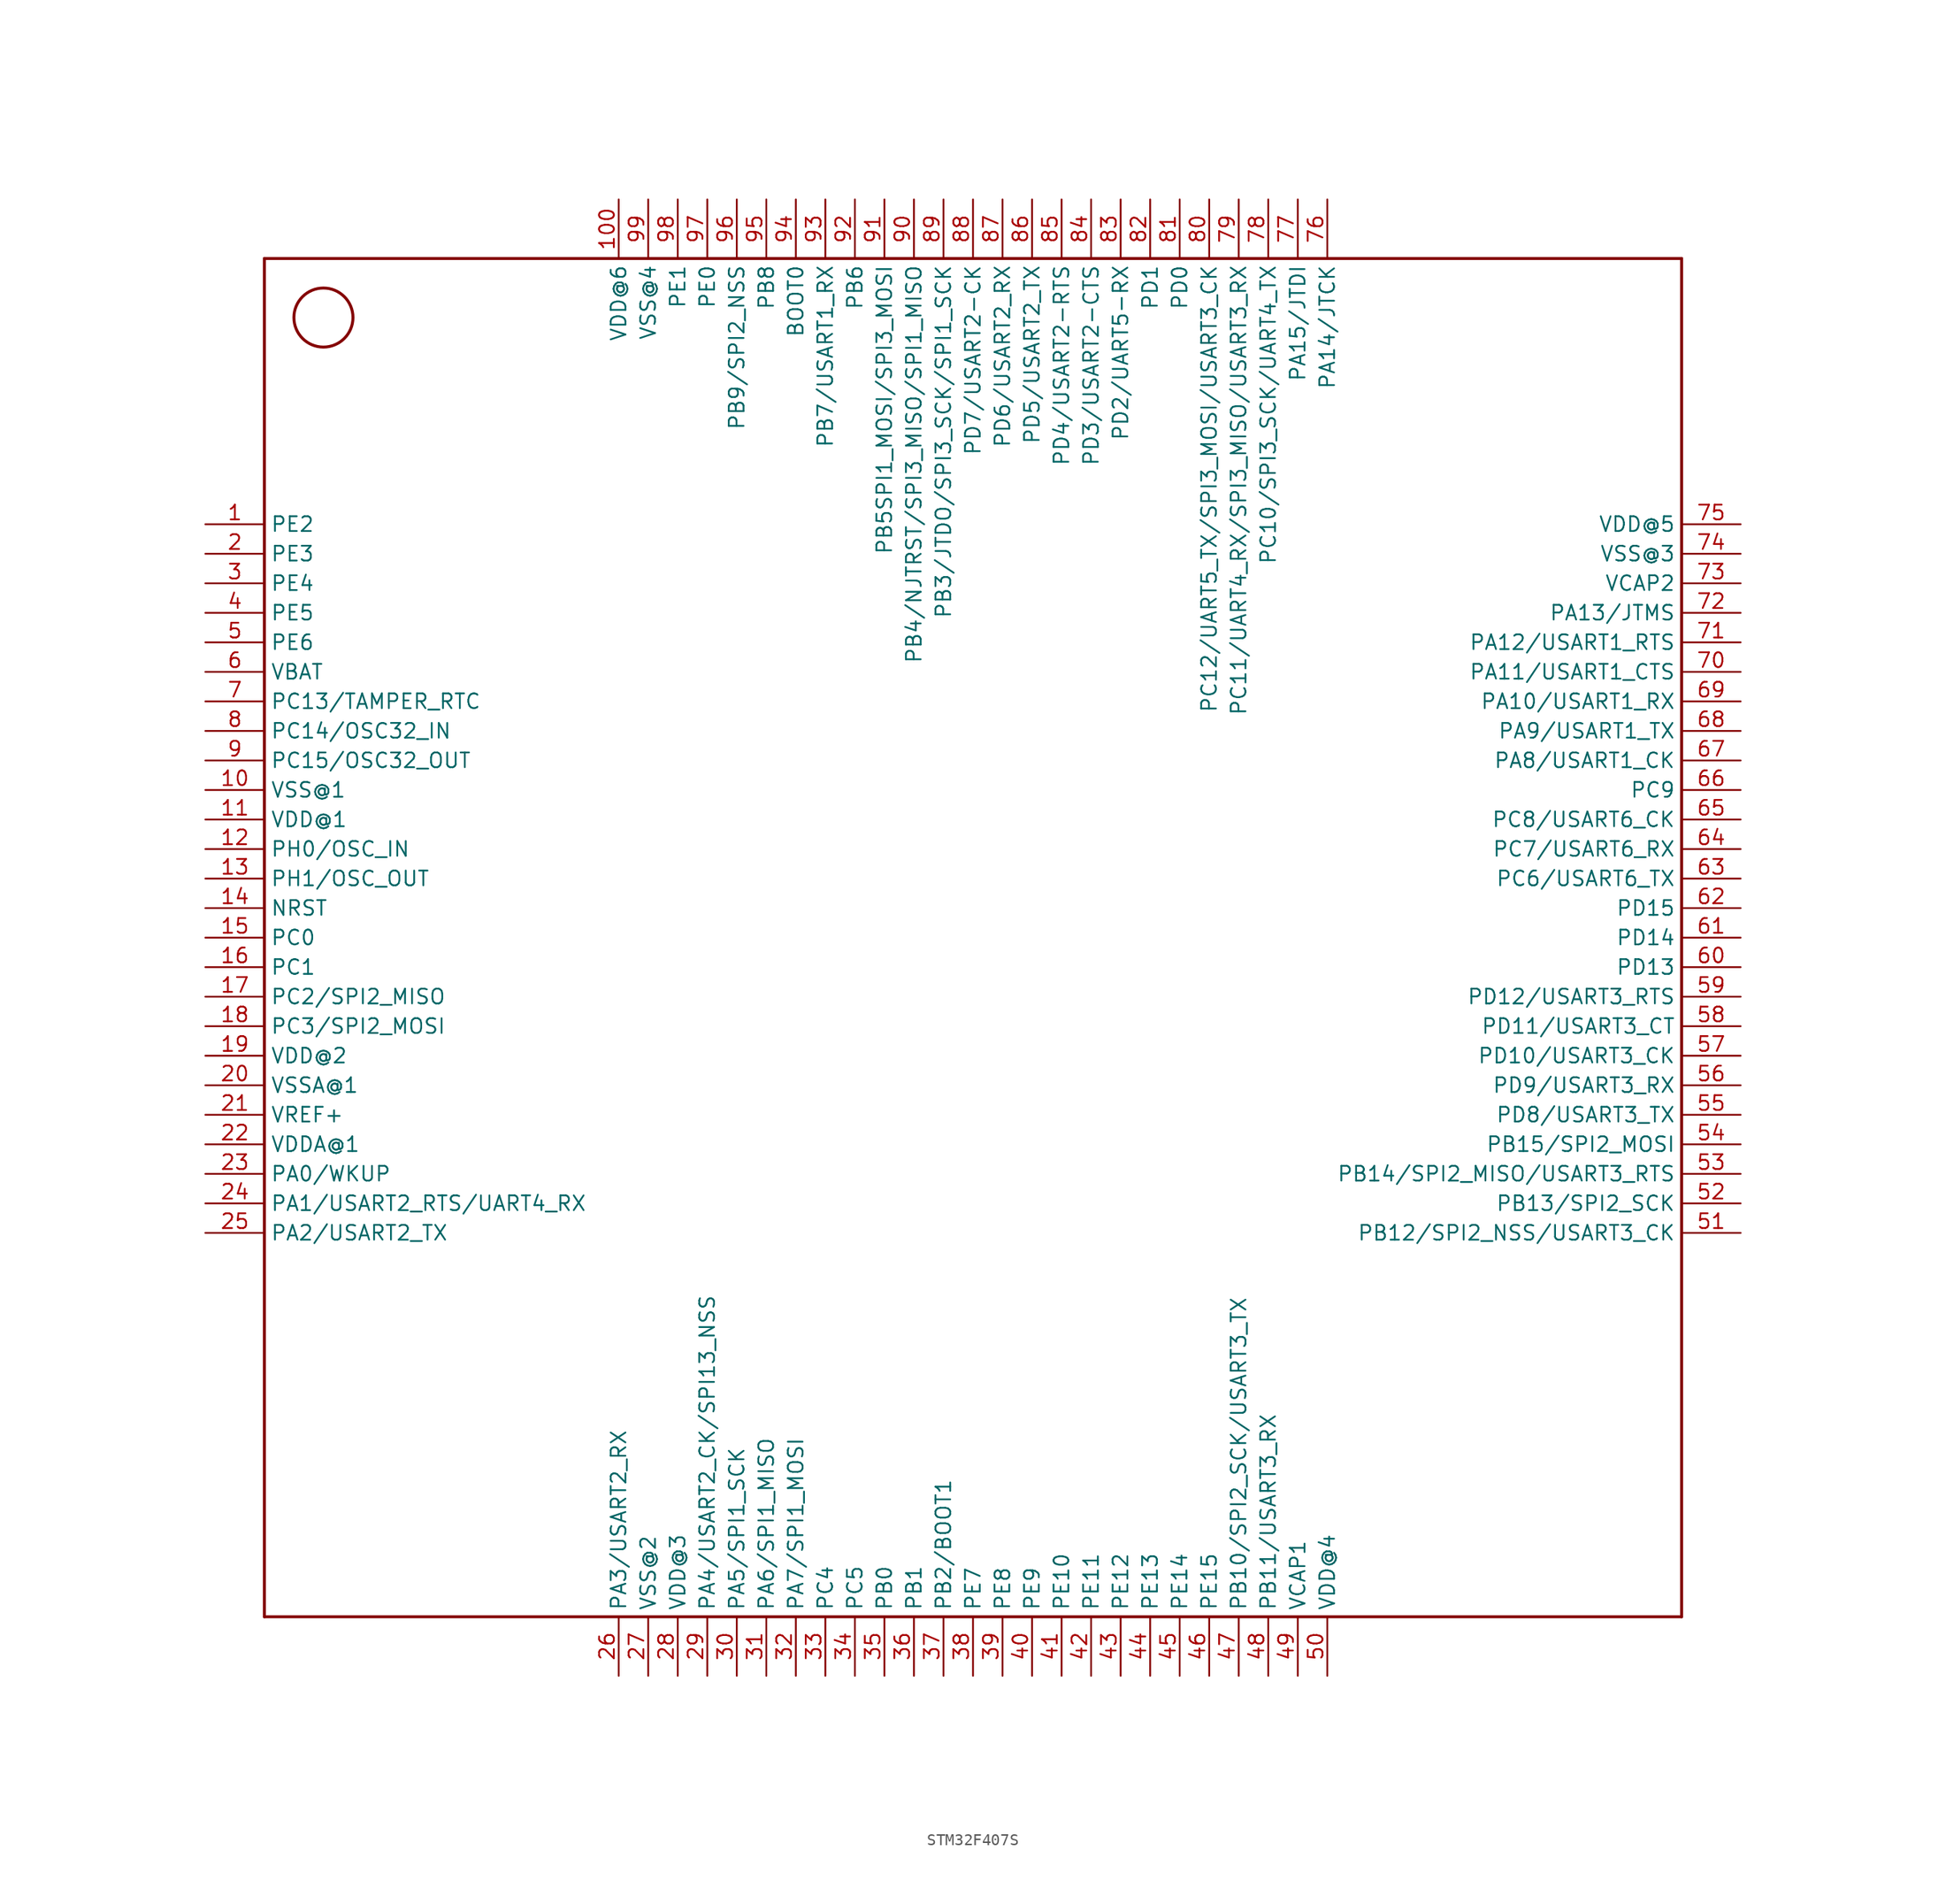
<source format=kicad_sym>
(kicad_symbol_lib
  (version 20211014)
  (generator kicad_symbol_editor)
  (symbol "STM32F407S"
    (property "Reference" "U"
      (at 0 0 0)
      (effects (font (size 1.27 1.27)) hide))
    (property "ki_locked" ""
      (at 0 0 0)
      (effects (font (size 1.27 1.27))))
    (symbol "STM32F407S_1_0"
      (circle (center -55.88 45.72) (radius 2.54) (stroke (width 0.254) (type default) (color 0 0 0 0)) (fill (type none)))
      (polyline (pts (xy -60.96 -66.04) (xy 60.96 -66.04)) (stroke (width 0.254) (type default) (color 0 0 0 0)) (fill (type none)))
      (polyline (pts (xy -60.96 50.8) (xy -60.96 -66.04)) (stroke (width 0.254) (type default) (color 0 0 0 0)) (fill (type none)))
      (polyline (pts (xy 60.96 -66.04) (xy 60.96 50.8)) (stroke (width 0.254) (type default) (color 0 0 0 0)) (fill (type none)))
      (polyline (pts (xy 60.96 50.8) (xy -60.96 50.8)) (stroke (width 0.254) (type default) (color 0 0 0 0)) (fill (type none)))
      (pin bidirectional line (at -66.04 27.94 0) (length 5.08) (name "PE2" (effects (font (size 1.27 1.27)))) (number "1" (effects (font (size 1.27 1.27)))))
      (pin bidirectional line (at -66.04 5.08 0) (length 5.08) (name "VSS@1" (effects (font (size 1.27 1.27)))) (number "10" (effects (font (size 1.27 1.27)))))
      (pin bidirectional line (at -30.48 55.88 270) (length 5.08) (name "VDD@6" (effects (font (size 1.27 1.27)))) (number "100" (effects (font (size 1.27 1.27)))))
      (pin bidirectional line (at -66.04 2.54 0) (length 5.08) (name "VDD@1" (effects (font (size 1.27 1.27)))) (number "11" (effects (font (size 1.27 1.27)))))
      (pin bidirectional line (at -66.04 0 0) (length 5.08) (name "PH0/OSC_IN" (effects (font (size 1.27 1.27)))) (number "12" (effects (font (size 1.27 1.27)))))
      (pin bidirectional line (at -66.04 -2.54 0) (length 5.08) (name "PH1/OSC_OUT" (effects (font (size 1.27 1.27)))) (number "13" (effects (font (size 1.27 1.27)))))
      (pin bidirectional line (at -66.04 -5.08 0) (length 5.08) (name "NRST" (effects (font (size 1.27 1.27)))) (number "14" (effects (font (size 1.27 1.27)))))
      (pin bidirectional line (at -66.04 -7.62 0) (length 5.08) (name "PC0" (effects (font (size 1.27 1.27)))) (number "15" (effects (font (size 1.27 1.27)))))
      (pin bidirectional line (at -66.04 -10.16 0) (length 5.08) (name "PC1" (effects (font (size 1.27 1.27)))) (number "16" (effects (font (size 1.27 1.27)))))
      (pin bidirectional line (at -66.04 -12.7 0) (length 5.08) (name "PC2/SPI2_MISO" (effects (font (size 1.27 1.27)))) (number "17" (effects (font (size 1.27 1.27)))))
      (pin bidirectional line (at -66.04 -15.24 0) (length 5.08) (name "PC3/SPI2_MOSI" (effects (font (size 1.27 1.27)))) (number "18" (effects (font (size 1.27 1.27)))))
      (pin bidirectional line (at -66.04 -17.78 0) (length 5.08) (name "VDD@2" (effects (font (size 1.27 1.27)))) (number "19" (effects (font (size 1.27 1.27)))))
      (pin bidirectional line (at -66.04 25.4 0) (length 5.08) (name "PE3" (effects (font (size 1.27 1.27)))) (number "2" (effects (font (size 1.27 1.27)))))
      (pin bidirectional line (at -66.04 -20.32 0) (length 5.08) (name "VSSA@1" (effects (font (size 1.27 1.27)))) (number "20" (effects (font (size 1.27 1.27)))))
      (pin bidirectional line (at -66.04 -22.86 0) (length 5.08) (name "VREF+" (effects (font (size 1.27 1.27)))) (number "21" (effects (font (size 1.27 1.27)))))
      (pin bidirectional line (at -66.04 -25.4 0) (length 5.08) (name "VDDA@1" (effects (font (size 1.27 1.27)))) (number "22" (effects (font (size 1.27 1.27)))))
      (pin bidirectional line (at -66.04 -27.94 0) (length 5.08) (name "PA0/WKUP" (effects (font (size 1.27 1.27)))) (number "23" (effects (font (size 1.27 1.27)))))
      (pin bidirectional line (at -66.04 -30.48 0) (length 5.08) (name "PA1/USART2_RTS/UART4_RX" (effects (font (size 1.27 1.27)))) (number "24" (effects (font (size 1.27 1.27)))))
      (pin bidirectional line (at -66.04 -33.02 0) (length 5.08) (name "PA2/USART2_TX" (effects (font (size 1.27 1.27)))) (number "25" (effects (font (size 1.27 1.27)))))
      (pin bidirectional line (at -30.48 -71.12 90) (length 5.08) (name "PA3/USART2_RX" (effects (font (size 1.27 1.27)))) (number "26" (effects (font (size 1.27 1.27)))))
      (pin bidirectional line (at -27.94 -71.12 90) (length 5.08) (name "VSS@2" (effects (font (size 1.27 1.27)))) (number "27" (effects (font (size 1.27 1.27)))))
      (pin bidirectional line (at -25.4 -71.12 90) (length 5.08) (name "VDD@3" (effects (font (size 1.27 1.27)))) (number "28" (effects (font (size 1.27 1.27)))))
      (pin bidirectional line (at -22.86 -71.12 90) (length 5.08) (name "PA4/USART2_CK/SPI13_NSS" (effects (font (size 1.27 1.27)))) (number "29" (effects (font (size 1.27 1.27)))))
      (pin bidirectional line (at -66.04 22.86 0) (length 5.08) (name "PE4" (effects (font (size 1.27 1.27)))) (number "3" (effects (font (size 1.27 1.27)))))
      (pin bidirectional line (at -20.32 -71.12 90) (length 5.08) (name "PA5/SPI1_SCK" (effects (font (size 1.27 1.27)))) (number "30" (effects (font (size 1.27 1.27)))))
      (pin bidirectional line (at -17.78 -71.12 90) (length 5.08) (name "PA6/SPI1_MISO" (effects (font (size 1.27 1.27)))) (number "31" (effects (font (size 1.27 1.27)))))
      (pin bidirectional line (at -15.24 -71.12 90) (length 5.08) (name "PA7/SPI1_MOSI" (effects (font (size 1.27 1.27)))) (number "32" (effects (font (size 1.27 1.27)))))
      (pin bidirectional line (at -12.7 -71.12 90) (length 5.08) (name "PC4" (effects (font (size 1.27 1.27)))) (number "33" (effects (font (size 1.27 1.27)))))
      (pin bidirectional line (at -10.16 -71.12 90) (length 5.08) (name "PC5" (effects (font (size 1.27 1.27)))) (number "34" (effects (font (size 1.27 1.27)))))
      (pin bidirectional line (at -7.62 -71.12 90) (length 5.08) (name "PB0" (effects (font (size 1.27 1.27)))) (number "35" (effects (font (size 1.27 1.27)))))
      (pin bidirectional line (at -5.08 -71.12 90) (length 5.08) (name "PB1" (effects (font (size 1.27 1.27)))) (number "36" (effects (font (size 1.27 1.27)))))
      (pin bidirectional line (at -2.54 -71.12 90) (length 5.08) (name "PB2/BOOT1" (effects (font (size 1.27 1.27)))) (number "37" (effects (font (size 1.27 1.27)))))
      (pin bidirectional line (at 0 -71.12 90) (length 5.08) (name "PE7" (effects (font (size 1.27 1.27)))) (number "38" (effects (font (size 1.27 1.27)))))
      (pin bidirectional line (at 2.54 -71.12 90) (length 5.08) (name "PE8" (effects (font (size 1.27 1.27)))) (number "39" (effects (font (size 1.27 1.27)))))
      (pin bidirectional line (at -66.04 20.32 0) (length 5.08) (name "PE5" (effects (font (size 1.27 1.27)))) (number "4" (effects (font (size 1.27 1.27)))))
      (pin bidirectional line (at 5.08 -71.12 90) (length 5.08) (name "PE9" (effects (font (size 1.27 1.27)))) (number "40" (effects (font (size 1.27 1.27)))))
      (pin bidirectional line (at 7.62 -71.12 90) (length 5.08) (name "PE10" (effects (font (size 1.27 1.27)))) (number "41" (effects (font (size 1.27 1.27)))))
      (pin bidirectional line (at 10.16 -71.12 90) (length 5.08) (name "PE11" (effects (font (size 1.27 1.27)))) (number "42" (effects (font (size 1.27 1.27)))))
      (pin bidirectional line (at 12.7 -71.12 90) (length 5.08) (name "PE12" (effects (font (size 1.27 1.27)))) (number "43" (effects (font (size 1.27 1.27)))))
      (pin bidirectional line (at 15.24 -71.12 90) (length 5.08) (name "PE13" (effects (font (size 1.27 1.27)))) (number "44" (effects (font (size 1.27 1.27)))))
      (pin bidirectional line (at 17.78 -71.12 90) (length 5.08) (name "PE14" (effects (font (size 1.27 1.27)))) (number "45" (effects (font (size 1.27 1.27)))))
      (pin bidirectional line (at 20.32 -71.12 90) (length 5.08) (name "PE15" (effects (font (size 1.27 1.27)))) (number "46" (effects (font (size 1.27 1.27)))))
      (pin bidirectional line (at 22.86 -71.12 90) (length 5.08) (name "PB10/SPI2_SCK/USART3_TX" (effects (font (size 1.27 1.27)))) (number "47" (effects (font (size 1.27 1.27)))))
      (pin bidirectional line (at 25.4 -71.12 90) (length 5.08) (name "PB11/USART3_RX" (effects (font (size 1.27 1.27)))) (number "48" (effects (font (size 1.27 1.27)))))
      (pin bidirectional line (at 27.94 -71.12 90) (length 5.08) (name "VCAP1" (effects (font (size 1.27 1.27)))) (number "49" (effects (font (size 1.27 1.27)))))
      (pin bidirectional line (at -66.04 17.78 0) (length 5.08) (name "PE6" (effects (font (size 1.27 1.27)))) (number "5" (effects (font (size 1.27 1.27)))))
      (pin bidirectional line (at 30.48 -71.12 90) (length 5.08) (name "VDD@4" (effects (font (size 1.27 1.27)))) (number "50" (effects (font (size 1.27 1.27)))))
      (pin bidirectional line (at 66.04 -33.02 180) (length 5.08) (name "PB12/SPI2_NSS/USART3_CK" (effects (font (size 1.27 1.27)))) (number "51" (effects (font (size 1.27 1.27)))))
      (pin bidirectional line (at 66.04 -30.48 180) (length 5.08) (name "PB13/SPI2_SCK" (effects (font (size 1.27 1.27)))) (number "52" (effects (font (size 1.27 1.27)))))
      (pin bidirectional line (at 66.04 -27.94 180) (length 5.08) (name "PB14/SPI2_MISO/USART3_RTS" (effects (font (size 1.27 1.27)))) (number "53" (effects (font (size 1.27 1.27)))))
      (pin bidirectional line (at 66.04 -25.4 180) (length 5.08) (name "PB15/SPI2_MOSI" (effects (font (size 1.27 1.27)))) (number "54" (effects (font (size 1.27 1.27)))))
      (pin bidirectional line (at 66.04 -22.86 180) (length 5.08) (name "PD8/USART3_TX" (effects (font (size 1.27 1.27)))) (number "55" (effects (font (size 1.27 1.27)))))
      (pin bidirectional line (at 66.04 -20.32 180) (length 5.08) (name "PD9/USART3_RX" (effects (font (size 1.27 1.27)))) (number "56" (effects (font (size 1.27 1.27)))))
      (pin bidirectional line (at 66.04 -17.78 180) (length 5.08) (name "PD10/USART3_CK" (effects (font (size 1.27 1.27)))) (number "57" (effects (font (size 1.27 1.27)))))
      (pin bidirectional line (at 66.04 -15.24 180) (length 5.08) (name "PD11/USART3_CT" (effects (font (size 1.27 1.27)))) (number "58" (effects (font (size 1.27 1.27)))))
      (pin bidirectional line (at 66.04 -12.7 180) (length 5.08) (name "PD12/USART3_RTS" (effects (font (size 1.27 1.27)))) (number "59" (effects (font (size 1.27 1.27)))))
      (pin bidirectional line (at -66.04 15.24 0) (length 5.08) (name "VBAT" (effects (font (size 1.27 1.27)))) (number "6" (effects (font (size 1.27 1.27)))))
      (pin bidirectional line (at 66.04 -10.16 180) (length 5.08) (name "PD13" (effects (font (size 1.27 1.27)))) (number "60" (effects (font (size 1.27 1.27)))))
      (pin bidirectional line (at 66.04 -7.62 180) (length 5.08) (name "PD14" (effects (font (size 1.27 1.27)))) (number "61" (effects (font (size 1.27 1.27)))))
      (pin bidirectional line (at 66.04 -5.08 180) (length 5.08) (name "PD15" (effects (font (size 1.27 1.27)))) (number "62" (effects (font (size 1.27 1.27)))))
      (pin bidirectional line (at 66.04 -2.54 180) (length 5.08) (name "PC6/USART6_TX" (effects (font (size 1.27 1.27)))) (number "63" (effects (font (size 1.27 1.27)))))
      (pin bidirectional line (at 66.04 0 180) (length 5.08) (name "PC7/USART6_RX" (effects (font (size 1.27 1.27)))) (number "64" (effects (font (size 1.27 1.27)))))
      (pin bidirectional line (at 66.04 2.54 180) (length 5.08) (name "PC8/USART6_CK" (effects (font (size 1.27 1.27)))) (number "65" (effects (font (size 1.27 1.27)))))
      (pin bidirectional line (at 66.04 5.08 180) (length 5.08) (name "PC9" (effects (font (size 1.27 1.27)))) (number "66" (effects (font (size 1.27 1.27)))))
      (pin bidirectional line (at 66.04 7.62 180) (length 5.08) (name "PA8/USART1_CK" (effects (font (size 1.27 1.27)))) (number "67" (effects (font (size 1.27 1.27)))))
      (pin bidirectional line (at 66.04 10.16 180) (length 5.08) (name "PA9/USART1_TX" (effects (font (size 1.27 1.27)))) (number "68" (effects (font (size 1.27 1.27)))))
      (pin bidirectional line (at 66.04 12.7 180) (length 5.08) (name "PA10/USART1_RX" (effects (font (size 1.27 1.27)))) (number "69" (effects (font (size 1.27 1.27)))))
      (pin bidirectional line (at -66.04 12.7 0) (length 5.08) (name "PC13/TAMPER_RTC" (effects (font (size 1.27 1.27)))) (number "7" (effects (font (size 1.27 1.27)))))
      (pin bidirectional line (at 66.04 15.24 180) (length 5.08) (name "PA11/USART1_CTS" (effects (font (size 1.27 1.27)))) (number "70" (effects (font (size 1.27 1.27)))))
      (pin bidirectional line (at 66.04 17.78 180) (length 5.08) (name "PA12/USART1_RTS" (effects (font (size 1.27 1.27)))) (number "71" (effects (font (size 1.27 1.27)))))
      (pin bidirectional line (at 66.04 20.32 180) (length 5.08) (name "PA13/JTMS" (effects (font (size 1.27 1.27)))) (number "72" (effects (font (size 1.27 1.27)))))
      (pin bidirectional line (at 66.04 22.86 180) (length 5.08) (name "VCAP2" (effects (font (size 1.27 1.27)))) (number "73" (effects (font (size 1.27 1.27)))))
      (pin bidirectional line (at 66.04 25.4 180) (length 5.08) (name "VSS@3" (effects (font (size 1.27 1.27)))) (number "74" (effects (font (size 1.27 1.27)))))
      (pin bidirectional line (at 66.04 27.94 180) (length 5.08) (name "VDD@5" (effects (font (size 1.27 1.27)))) (number "75" (effects (font (size 1.27 1.27)))))
      (pin bidirectional line (at 30.48 55.88 270) (length 5.08) (name "PA14/JTCK" (effects (font (size 1.27 1.27)))) (number "76" (effects (font (size 1.27 1.27)))))
      (pin bidirectional line (at 27.94 55.88 270) (length 5.08) (name "PA15/JTDI" (effects (font (size 1.27 1.27)))) (number "77" (effects (font (size 1.27 1.27)))))
      (pin bidirectional line (at 25.4 55.88 270) (length 5.08) (name "PC10/SPI3_SCK/UART4_TX" (effects (font (size 1.27 1.27)))) (number "78" (effects (font (size 1.27 1.27)))))
      (pin bidirectional line (at 22.86 55.88 270) (length 5.08) (name "PC11/UART4_RX/SPI3_MISO/USART3_RX" (effects (font (size 1.27 1.27)))) (number "79" (effects (font (size 1.27 1.27)))))
      (pin bidirectional line (at -66.04 10.16 0) (length 5.08) (name "PC14/OSC32_IN" (effects (font (size 1.27 1.27)))) (number "8" (effects (font (size 1.27 1.27)))))
      (pin bidirectional line (at 20.32 55.88 270) (length 5.08) (name "PC12/UART5_TX/SPI3_MOSI/USART3_CK" (effects (font (size 1.27 1.27)))) (number "80" (effects (font (size 1.27 1.27)))))
      (pin bidirectional line (at 17.78 55.88 270) (length 5.08) (name "PD0" (effects (font (size 1.27 1.27)))) (number "81" (effects (font (size 1.27 1.27)))))
      (pin bidirectional line (at 15.24 55.88 270) (length 5.08) (name "PD1" (effects (font (size 1.27 1.27)))) (number "82" (effects (font (size 1.27 1.27)))))
      (pin bidirectional line (at 12.7 55.88 270) (length 5.08) (name "PD2/UART5-RX" (effects (font (size 1.27 1.27)))) (number "83" (effects (font (size 1.27 1.27)))))
      (pin bidirectional line (at 10.16 55.88 270) (length 5.08) (name "PD3/USART2-CTS" (effects (font (size 1.27 1.27)))) (number "84" (effects (font (size 1.27 1.27)))))
      (pin bidirectional line (at 7.62 55.88 270) (length 5.08) (name "PD4/USART2-RTS" (effects (font (size 1.27 1.27)))) (number "85" (effects (font (size 1.27 1.27)))))
      (pin bidirectional line (at 5.08 55.88 270) (length 5.08) (name "PD5/USART2_TX" (effects (font (size 1.27 1.27)))) (number "86" (effects (font (size 1.27 1.27)))))
      (pin bidirectional line (at 2.54 55.88 270) (length 5.08) (name "PD6/USART2_RX" (effects (font (size 1.27 1.27)))) (number "87" (effects (font (size 1.27 1.27)))))
      (pin bidirectional line (at 0 55.88 270) (length 5.08) (name "PD7/USART2-CK" (effects (font (size 1.27 1.27)))) (number "88" (effects (font (size 1.27 1.27)))))
      (pin bidirectional line (at -2.54 55.88 270) (length 5.08) (name "PB3/JTDO/SPI3_SCK/SPI1_SCK" (effects (font (size 1.27 1.27)))) (number "89" (effects (font (size 1.27 1.27)))))
      (pin bidirectional line (at -66.04 7.62 0) (length 5.08) (name "PC15/OSC32_OUT" (effects (font (size 1.27 1.27)))) (number "9" (effects (font (size 1.27 1.27)))))
      (pin bidirectional line (at -5.08 55.88 270) (length 5.08) (name "PB4/NJTRST/SPI3_MISO/SPI1_MISO" (effects (font (size 1.27 1.27)))) (number "90" (effects (font (size 1.27 1.27)))))
      (pin bidirectional line (at -7.62 55.88 270) (length 5.08) (name "PB5SPI1_MOSI/SPI3_MOSI" (effects (font (size 1.27 1.27)))) (number "91" (effects (font (size 1.27 1.27)))))
      (pin bidirectional line (at -10.16 55.88 270) (length 5.08) (name "PB6" (effects (font (size 1.27 1.27)))) (number "92" (effects (font (size 1.27 1.27)))))
      (pin bidirectional line (at -12.7 55.88 270) (length 5.08) (name "PB7/USART1_RX" (effects (font (size 1.27 1.27)))) (number "93" (effects (font (size 1.27 1.27)))))
      (pin bidirectional line (at -15.24 55.88 270) (length 5.08) (name "BOOT0" (effects (font (size 1.27 1.27)))) (number "94" (effects (font (size 1.27 1.27)))))
      (pin bidirectional line (at -17.78 55.88 270) (length 5.08) (name "PB8" (effects (font (size 1.27 1.27)))) (number "95" (effects (font (size 1.27 1.27)))))
      (pin bidirectional line (at -20.32 55.88 270) (length 5.08) (name "PB9/SPI2_NSS" (effects (font (size 1.27 1.27)))) (number "96" (effects (font (size 1.27 1.27)))))
      (pin bidirectional line (at -22.86 55.88 270) (length 5.08) (name "PE0" (effects (font (size 1.27 1.27)))) (number "97" (effects (font (size 1.27 1.27)))))
      (pin bidirectional line (at -25.4 55.88 270) (length 5.08) (name "PE1" (effects (font (size 1.27 1.27)))) (number "98" (effects (font (size 1.27 1.27)))))
      (pin bidirectional line (at -27.94 55.88 270) (length 5.08) (name "VSS@4" (effects (font (size 1.27 1.27)))) (number "99" (effects (font (size 1.27 1.27))))))))
</source>
